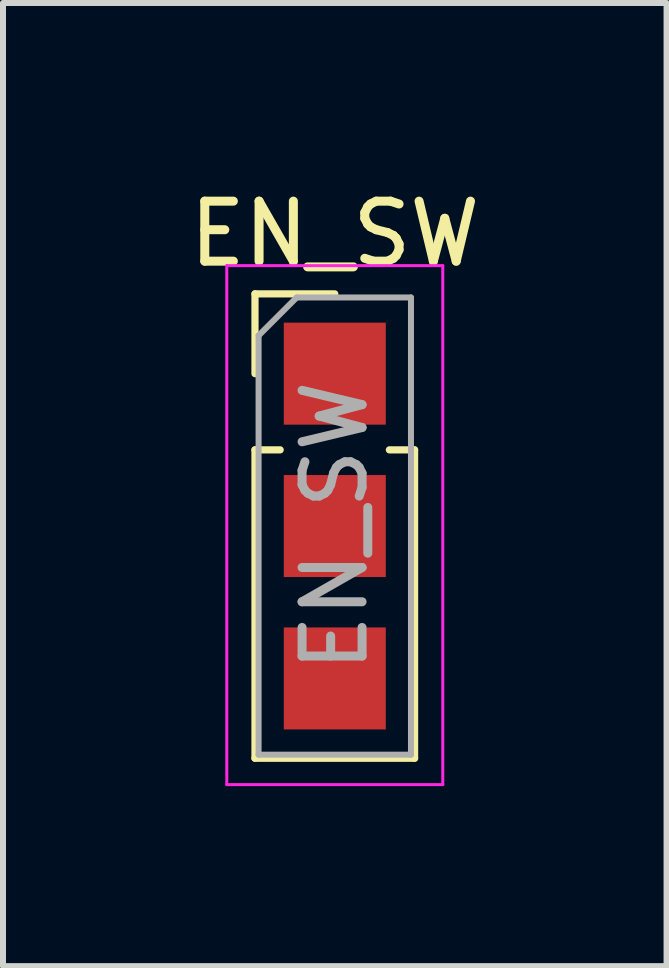
<source format=kicad_pcb>
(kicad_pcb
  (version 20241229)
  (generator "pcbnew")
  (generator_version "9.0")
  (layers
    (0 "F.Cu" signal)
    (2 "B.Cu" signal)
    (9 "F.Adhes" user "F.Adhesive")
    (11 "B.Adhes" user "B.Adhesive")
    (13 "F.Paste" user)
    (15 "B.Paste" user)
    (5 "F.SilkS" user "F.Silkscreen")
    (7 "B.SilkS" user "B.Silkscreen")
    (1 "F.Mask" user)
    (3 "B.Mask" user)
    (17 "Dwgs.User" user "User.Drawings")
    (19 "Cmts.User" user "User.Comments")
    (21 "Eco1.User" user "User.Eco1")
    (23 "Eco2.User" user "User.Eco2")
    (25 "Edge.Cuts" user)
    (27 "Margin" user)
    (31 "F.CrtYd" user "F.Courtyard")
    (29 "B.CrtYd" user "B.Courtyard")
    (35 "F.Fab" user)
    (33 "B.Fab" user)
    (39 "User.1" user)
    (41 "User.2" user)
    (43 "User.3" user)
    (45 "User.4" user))
  (footprint "EN_SW"
    (layer "F.Cu")
    (at 2.53 3.178)
    (property "Reference" "EN_SW" (at 0 -2.33 0) (layer "F.SilkS") (effects (font (size 1 1) (thickness 0.15))))
    (attr through_hole)
    (fp_rect (start 0.85 0.79) (end -0.85 1.74) (stroke (width 0) (type solid)) (fill yes) (layer "F.Mask"))
    (fp_rect (start 0.85 3.325) (end -0.85 4.275) (stroke (width 0) (type solid)) (fill yes) (layer "F.Mask"))
    (fp_line (start -1.33 -1.33) (end 0 -1.33) (stroke (width 0.12) (type solid)) (layer "F.SilkS"))
    (fp_line (start -1.33 0) (end -1.33 -1.33) (stroke (width 0.12) (type solid)) (layer "F.SilkS"))
    (fp_line (start -1.33 1.27) (end -1.33 6.41) (stroke (width 0.12) (type solid)) (layer "F.SilkS"))
    (fp_line (start -1.33 1.27) (end -0.91 1.27) (stroke (width 0.12) (type solid)) (layer "F.SilkS"))
    (fp_line (start -1.33 6.41) (end 1.33 6.41) (stroke (width 0.12) (type solid)) (layer "F.SilkS"))
    (fp_line (start 0.91 1.27) (end 1.33 1.27) (stroke (width 0.12) (type solid)) (layer "F.SilkS"))
    (fp_line (start 1.33 1.27) (end 1.33 6.41) (stroke (width 0.12) (type solid)) (layer "F.SilkS"))
    (fp_line (start -1.8 -1.8) (end -1.8 6.85) (stroke (width 0.05) (type solid)) (layer "F.CrtYd"))
    (fp_line (start -1.8 6.85) (end 1.8 6.85) (stroke (width 0.05) (type solid)) (layer "F.CrtYd"))
    (fp_line (start 1.8 -1.8) (end -1.8 -1.8) (stroke (width 0.05) (type solid)) (layer "F.CrtYd"))
    (fp_line (start 1.8 6.85) (end 1.8 -1.8) (stroke (width 0.05) (type solid)) (layer "F.CrtYd"))
    (fp_line (start -1.27 -0.635) (end -0.635 -1.27) (stroke (width 0.1) (type solid)) (layer "F.Fab"))
    (fp_line (start -1.27 6.35) (end -1.27 -0.635) (stroke (width 0.1) (type solid)) (layer "F.Fab"))
    (fp_line (start -0.635 -1.27) (end 1.27 -1.27) (stroke (width 0.1) (type solid)) (layer "F.Fab"))
    (fp_line (start 1.27 -1.27) (end 1.27 6.35) (stroke (width 0.1) (type solid)) (layer "F.Fab"))
    (fp_line (start 1.27 6.35) (end -1.27 6.35) (stroke (width 0.1) (type solid)) (layer "F.Fab"))
    (fp_text user "${REFERENCE}" (at 0 2.54 90) (layer "F.Fab") (effects (font (size 1 1) (thickness 0.15))))
    (pad "1" smd rect (at 0 0) (size 1.7 1.7) (layers "F.Cu" "F.Mask"))
    (pad "2" smd rect (at 0 2.54) (size 1.7 1.7) (layers "F.Cu" "F.Mask"))
    (pad "3" smd rect (at 0 5.08) (size 1.7 1.7) (layers "F.Cu" "F.Mask")))
  (gr_rect
    (start -3 -3)
    (end 8.06 13.053)
    (stroke (width 0.1) (type default))
    (fill no)
    (layer "Edge.Cuts")))
</source>
